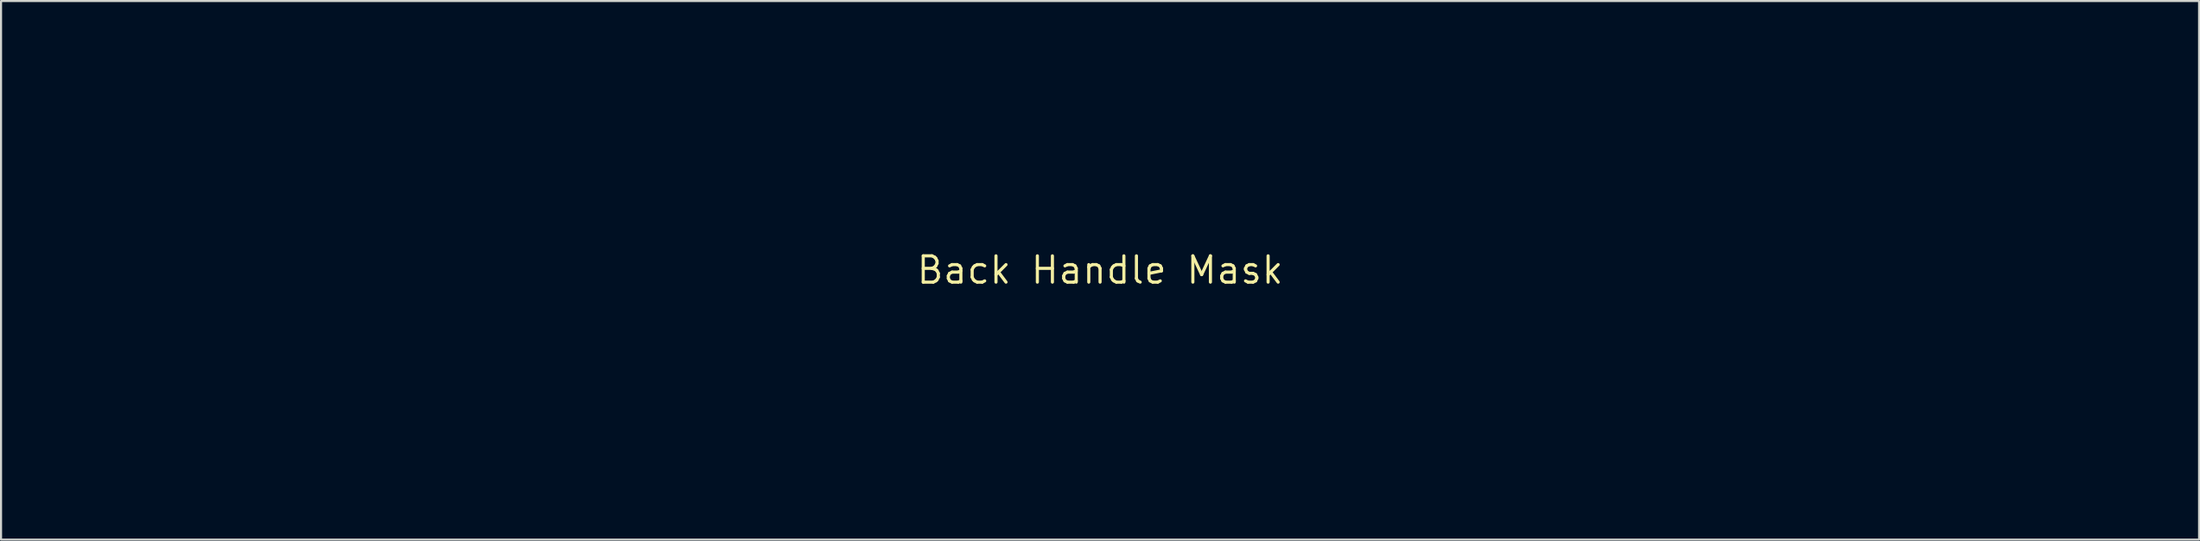
<source format=kicad_pcb>
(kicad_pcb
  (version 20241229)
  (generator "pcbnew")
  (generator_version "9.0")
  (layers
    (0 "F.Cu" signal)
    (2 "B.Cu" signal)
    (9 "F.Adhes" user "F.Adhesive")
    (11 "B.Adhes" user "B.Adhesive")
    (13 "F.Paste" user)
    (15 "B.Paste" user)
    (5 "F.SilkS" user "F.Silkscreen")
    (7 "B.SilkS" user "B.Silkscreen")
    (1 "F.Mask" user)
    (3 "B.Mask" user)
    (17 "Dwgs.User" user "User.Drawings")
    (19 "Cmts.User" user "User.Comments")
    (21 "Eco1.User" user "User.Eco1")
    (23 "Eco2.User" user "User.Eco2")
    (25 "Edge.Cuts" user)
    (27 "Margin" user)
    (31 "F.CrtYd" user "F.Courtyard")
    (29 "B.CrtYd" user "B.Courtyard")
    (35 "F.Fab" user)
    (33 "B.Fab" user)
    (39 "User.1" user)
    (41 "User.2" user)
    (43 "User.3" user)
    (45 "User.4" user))
  (footprint "Back Handle Mask"
    (layer "F.Cu")
    (at 50.001 9.996)
    (property "Reference" "Back Handle Mask" (at 0 0 0) (layer "F.SilkS") (effects (font (size 1.27 1.27) (thickness 0.15))))
    (attr through_hole)
    (fp_poly (pts (xy 49.996 10.012) (xy -49.996 10.012) (xy -49.996 -9.991) (xy 49.996 -9.991) (xy 49.996 10.012)) (stroke (width 0.01) (type solid)) (fill yes) (layer "B.Mask")))
  (gr_rect
    (start -3 -3)
    (end 103.001 23.012)
    (stroke (width 0.1) (type default))
    (fill no)
    (layer "Edge.Cuts")))
</source>
